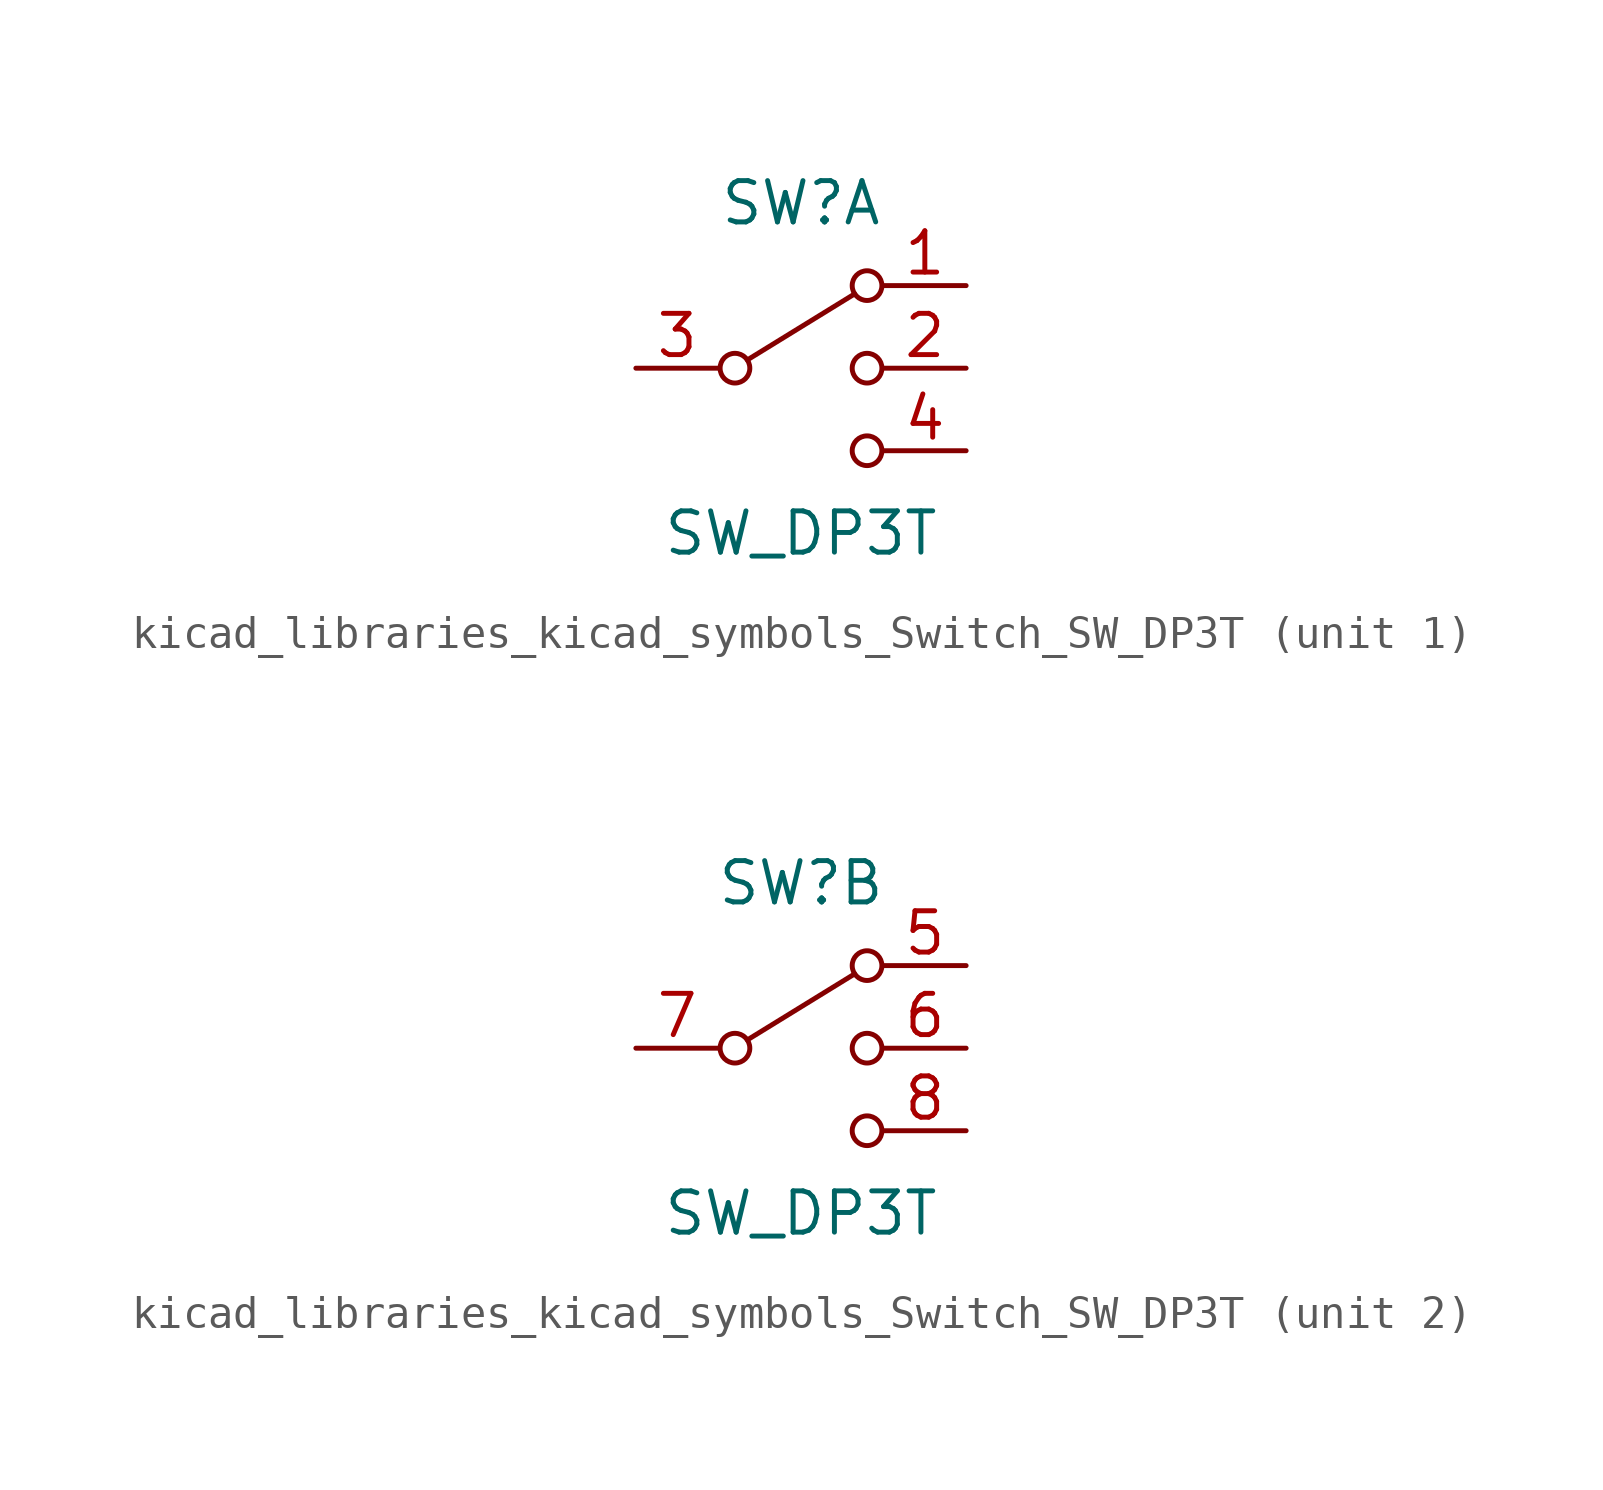
<source format=kicad_sym>
(kicad_symbol_lib
  (version 20220914)
  (generator kicad_symbol_editor)
  (symbol "kicad_libraries_kicad_symbols_Switch_SW_DP3T"
    (pin_names
      (offset 0) hide)
    (property "Reference" "SW"
      (at 0 5.08 0)
      (effects (font (size 1.27 1.27))))
    (property "Value" "SW_DP3T"
      (at 0 -5.08 0)
      (effects (font (size 1.27 1.27))))
    (symbol "kicad_libraries_kicad_symbols_Switch_SW_DP3T_0_1"
      (circle (center -2.032 0) (radius 0.457) (stroke (width 0) (type default)) (fill (type none)))
      (polyline (pts (xy -1.651 0.254) (xy 1.651 2.286)) (stroke (width 0) (type default)) (fill (type none)))
      (circle (center 2.032 -2.54) (radius 0.457) (stroke (width 0) (type default)) (fill (type none)))
      (circle (center 2.032 0) (radius 0.457) (stroke (width 0) (type default)) (fill (type none)))
      (circle (center 2.032 2.54) (radius 0.457) (stroke (width 0) (type default)) (fill (type none))))
    (symbol "kicad_libraries_kicad_symbols_Switch_SW_DP3T_1_1"
      (pin passive line (at 5.08 2.54 180) (length 2.54) (name "1" (effects (font (size 1.27 1.27)))) (number "1" (effects (font (size 1.27 1.27)))))
      (pin passive line (at 5.08 0 180) (length 2.54) (name "2" (effects (font (size 1.27 1.27)))) (number "2" (effects (font (size 1.27 1.27)))))
      (pin passive line (at -5.08 0 0) (length 2.54) (name "3" (effects (font (size 1.27 1.27)))) (number "3" (effects (font (size 1.27 1.27)))))
      (pin passive line (at 5.08 -2.54 180) (length 2.54) (name "4" (effects (font (size 1.27 1.27)))) (number "4" (effects (font (size 1.27 1.27))))))
    (symbol "kicad_libraries_kicad_symbols_Switch_SW_DP3T_2_1"
      (pin passive line (at 5.08 2.54 180) (length 2.54) (name "5" (effects (font (size 1.27 1.27)))) (number "5" (effects (font (size 1.27 1.27)))))
      (pin passive line (at 5.08 0 180) (length 2.54) (name "6" (effects (font (size 1.27 1.27)))) (number "6" (effects (font (size 1.27 1.27)))))
      (pin passive line (at -5.08 0 0) (length 2.54) (name "7" (effects (font (size 1.27 1.27)))) (number "7" (effects (font (size 1.27 1.27)))))
      (pin passive line (at 5.08 -2.54 180) (length 2.54) (name "8" (effects (font (size 1.27 1.27)))) (number "8" (effects (font (size 1.27 1.27))))))))
</source>
